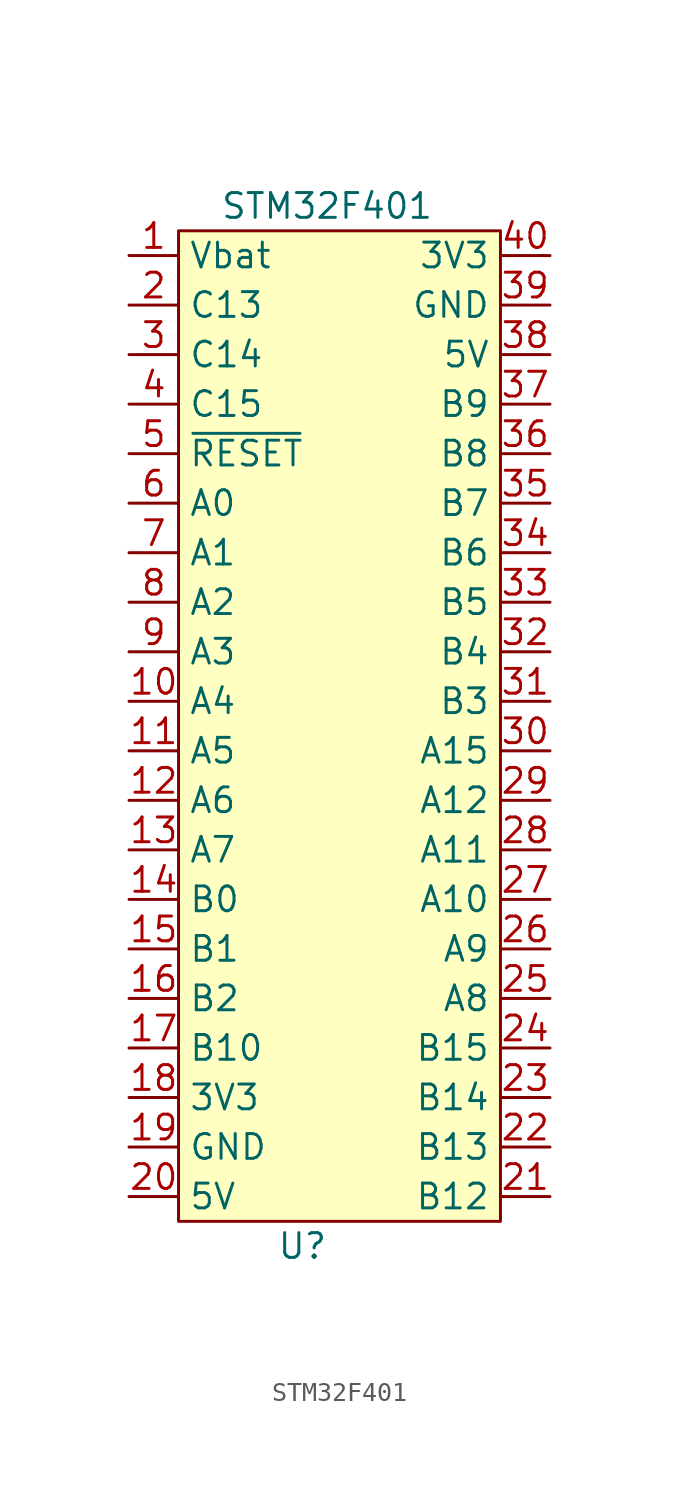
<source format=kicad_sym>
(kicad_symbol_lib
  (version 20220914)
  (generator kicad_symbol_editor)
  (symbol "STM32F401"
    (property "Reference" "U"
      (at -1.27 -25.4 0)
      (effects (font (size 1.27 1.27))))
    (property "Value" "STM32F401"
      (at 0 27.94 0)
      (effects (font (size 1.27 1.27))))
    (symbol "STM32F401_0_0"
      (pin power_in line (at -10.16 25.4 0) (length 2.54) (name "Vbat" (effects (font (size 1.27 1.27)))) (number "1" (effects (font (size 1.27 1.27)))))
      (pin bidirectional line (at -10.16 2.54 0) (length 2.54) (name "A4" (effects (font (size 1.27 1.27)))) (number "10" (effects (font (size 1.27 1.27)))))
      (pin bidirectional line (at -10.16 0 0) (length 2.54) (name "A5" (effects (font (size 1.27 1.27)))) (number "11" (effects (font (size 1.27 1.27)))))
      (pin bidirectional line (at -10.16 -2.54 0) (length 2.54) (name "A6" (effects (font (size 1.27 1.27)))) (number "12" (effects (font (size 1.27 1.27)))))
      (pin bidirectional line (at -10.16 -5.08 0) (length 2.54) (name "A7" (effects (font (size 1.27 1.27)))) (number "13" (effects (font (size 1.27 1.27)))))
      (pin bidirectional line (at -10.16 -7.62 0) (length 2.54) (name "B0" (effects (font (size 1.27 1.27)))) (number "14" (effects (font (size 1.27 1.27)))))
      (pin bidirectional line (at -10.16 -10.16 0) (length 2.54) (name "B1" (effects (font (size 1.27 1.27)))) (number "15" (effects (font (size 1.27 1.27)))))
      (pin bidirectional line (at -10.16 -12.7 0) (length 2.54) (name "B2" (effects (font (size 1.27 1.27)))) (number "16" (effects (font (size 1.27 1.27)))))
      (pin bidirectional line (at -10.16 -15.24 0) (length 2.54) (name "B10" (effects (font (size 1.27 1.27)))) (number "17" (effects (font (size 1.27 1.27)))))
      (pin power_in line (at -10.16 -17.78 0) (length 2.54) (name "3V3" (effects (font (size 1.27 1.27)))) (number "18" (effects (font (size 1.27 1.27)))))
      (pin power_in line (at -10.16 -20.32 0) (length 2.54) (name "GND" (effects (font (size 1.27 1.27)))) (number "19" (effects (font (size 1.27 1.27)))))
      (pin bidirectional line (at -10.16 22.86 0) (length 2.54) (name "C13" (effects (font (size 1.27 1.27)))) (number "2" (effects (font (size 1.27 1.27)))))
      (pin power_in line (at -10.16 -22.86 0) (length 2.54) (name "5V" (effects (font (size 1.27 1.27)))) (number "20" (effects (font (size 1.27 1.27)))))
      (pin bidirectional line (at 11.43 -22.86 180) (length 2.54) (name "B12" (effects (font (size 1.27 1.27)))) (number "21" (effects (font (size 1.27 1.27)))))
      (pin bidirectional line (at 11.43 -20.32 180) (length 2.54) (name "B13" (effects (font (size 1.27 1.27)))) (number "22" (effects (font (size 1.27 1.27)))))
      (pin bidirectional line (at 11.43 -17.78 180) (length 2.54) (name "B14" (effects (font (size 1.27 1.27)))) (number "23" (effects (font (size 1.27 1.27)))))
      (pin bidirectional line (at 11.43 -15.24 180) (length 2.54) (name "B15" (effects (font (size 1.27 1.27)))) (number "24" (effects (font (size 1.27 1.27)))))
      (pin bidirectional line (at 11.43 -12.7 180) (length 2.54) (name "A8" (effects (font (size 1.27 1.27)))) (number "25" (effects (font (size 1.27 1.27)))))
      (pin bidirectional line (at 11.43 -10.16 180) (length 2.54) (name "A9" (effects (font (size 1.27 1.27)))) (number "26" (effects (font (size 1.27 1.27)))))
      (pin bidirectional line (at 11.43 -7.62 180) (length 2.54) (name "A10" (effects (font (size 1.27 1.27)))) (number "27" (effects (font (size 1.27 1.27)))))
      (pin bidirectional line (at 11.43 -5.08 180) (length 2.54) (name "A11" (effects (font (size 1.27 1.27)))) (number "28" (effects (font (size 1.27 1.27)))))
      (pin bidirectional line (at 11.43 -2.54 180) (length 2.54) (name "A12" (effects (font (size 1.27 1.27)))) (number "29" (effects (font (size 1.27 1.27)))))
      (pin bidirectional line (at -10.16 20.32 0) (length 2.54) (name "C14" (effects (font (size 1.27 1.27)))) (number "3" (effects (font (size 1.27 1.27)))))
      (pin bidirectional line (at 11.43 0 180) (length 2.54) (name "A15" (effects (font (size 1.27 1.27)))) (number "30" (effects (font (size 1.27 1.27)))))
      (pin bidirectional line (at 11.43 2.54 180) (length 2.54) (name "B3" (effects (font (size 1.27 1.27)))) (number "31" (effects (font (size 1.27 1.27)))))
      (pin bidirectional line (at 11.43 5.08 180) (length 2.54) (name "B4" (effects (font (size 1.27 1.27)))) (number "32" (effects (font (size 1.27 1.27)))))
      (pin bidirectional line (at 11.43 7.62 180) (length 2.54) (name "B5" (effects (font (size 1.27 1.27)))) (number "33" (effects (font (size 1.27 1.27)))))
      (pin bidirectional line (at 11.43 10.16 180) (length 2.54) (name "B6" (effects (font (size 1.27 1.27)))) (number "34" (effects (font (size 1.27 1.27)))))
      (pin bidirectional line (at 11.43 12.7 180) (length 2.54) (name "B7" (effects (font (size 1.27 1.27)))) (number "35" (effects (font (size 1.27 1.27)))))
      (pin bidirectional line (at 11.43 15.24 180) (length 2.54) (name "B8" (effects (font (size 1.27 1.27)))) (number "36" (effects (font (size 1.27 1.27)))))
      (pin bidirectional line (at 11.43 17.78 180) (length 2.54) (name "B9" (effects (font (size 1.27 1.27)))) (number "37" (effects (font (size 1.27 1.27)))))
      (pin power_in line (at 11.43 20.32 180) (length 2.54) (name "5V" (effects (font (size 1.27 1.27)))) (number "38" (effects (font (size 1.27 1.27)))))
      (pin power_in line (at 11.43 22.86 180) (length 2.54) (name "GND" (effects (font (size 1.27 1.27)))) (number "39" (effects (font (size 1.27 1.27)))))
      (pin bidirectional line (at -10.16 17.78 0) (length 2.54) (name "C15" (effects (font (size 1.27 1.27)))) (number "4" (effects (font (size 1.27 1.27)))))
      (pin power_in line (at 11.43 25.4 180) (length 2.54) (name "3V3" (effects (font (size 1.27 1.27)))) (number "40" (effects (font (size 1.27 1.27)))))
      (pin input line (at -10.16 15.24 0) (length 2.54) (name "~{RESET}" (effects (font (size 1.27 1.27)))) (number "5" (effects (font (size 1.27 1.27)))))
      (pin bidirectional line (at -10.16 12.7 0) (length 2.54) (name "A0" (effects (font (size 1.27 1.27)))) (number "6" (effects (font (size 1.27 1.27)))))
      (pin bidirectional line (at -10.16 10.16 0) (length 2.54) (name "A1" (effects (font (size 1.27 1.27)))) (number "7" (effects (font (size 1.27 1.27)))))
      (pin bidirectional line (at -10.16 7.62 0) (length 2.54) (name "A2" (effects (font (size 1.27 1.27)))) (number "8" (effects (font (size 1.27 1.27)))))
      (pin bidirectional line (at -10.16 5.08 0) (length 2.54) (name "A3" (effects (font (size 1.27 1.27)))) (number "9" (effects (font (size 1.27 1.27))))))
    (symbol "STM32F401_1_1"
      (rectangle (start -7.62 26.67) (end 8.89 -24.13) (stroke (width 0) (type default)) (fill (type background))))))
</source>
